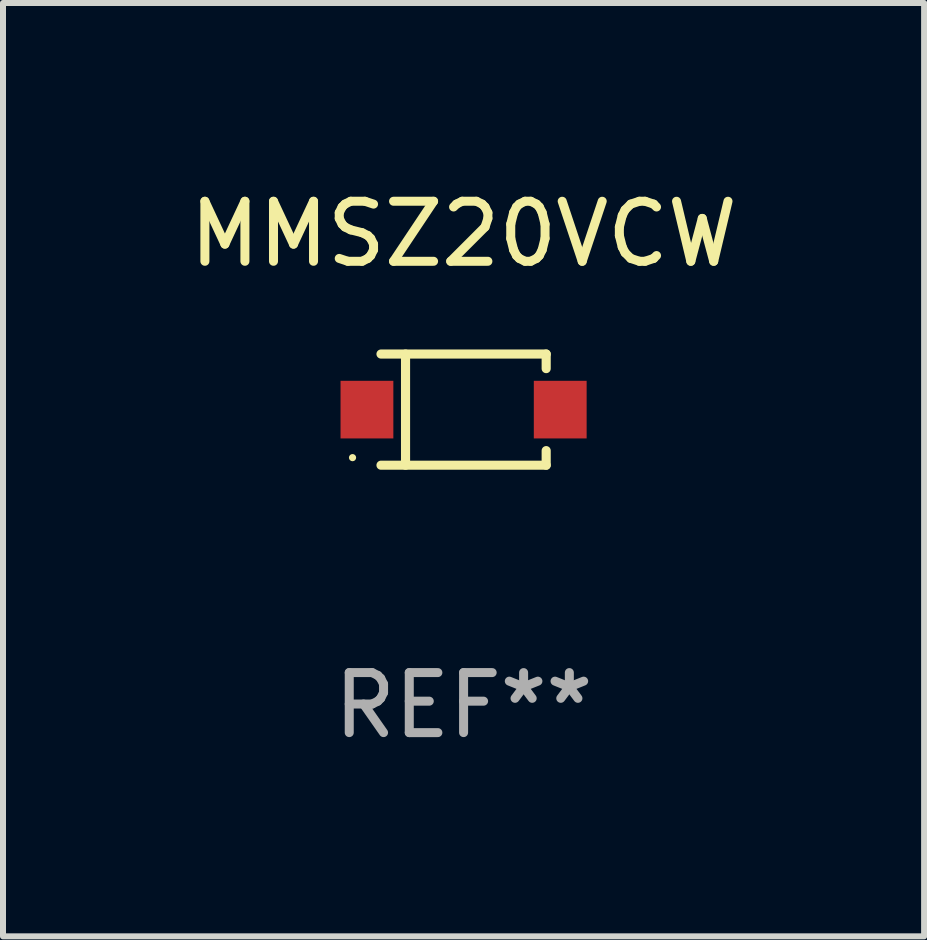
<source format=kicad_pcb>
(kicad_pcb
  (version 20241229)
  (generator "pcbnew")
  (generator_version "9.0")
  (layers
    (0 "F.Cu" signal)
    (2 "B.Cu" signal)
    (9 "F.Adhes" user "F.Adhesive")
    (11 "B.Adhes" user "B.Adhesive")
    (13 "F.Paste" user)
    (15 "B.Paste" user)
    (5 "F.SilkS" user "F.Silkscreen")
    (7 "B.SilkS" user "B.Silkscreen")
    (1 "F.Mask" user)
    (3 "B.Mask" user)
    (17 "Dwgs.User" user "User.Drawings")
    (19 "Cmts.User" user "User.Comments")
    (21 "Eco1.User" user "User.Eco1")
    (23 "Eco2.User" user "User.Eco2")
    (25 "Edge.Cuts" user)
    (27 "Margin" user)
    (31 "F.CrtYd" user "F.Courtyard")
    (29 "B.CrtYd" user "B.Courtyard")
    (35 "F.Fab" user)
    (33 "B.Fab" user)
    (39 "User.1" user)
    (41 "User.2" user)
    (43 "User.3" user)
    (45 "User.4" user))
  (footprint "MMSZ20VCW"
    (layer "F.Cu")
    (at 4.673 3.774)
    (property "Reference" "MMSZ20VCW" (at 0 -2.926 0) (layer "F.SilkS") (effects (font (size 1 1) (thickness 0.15))))
    (attr through_hole)
    (fp_line (start -1.376 -0.926) (end 1.376 -0.926) (stroke (width 0.152) (type solid)) (layer "F.SilkS"))
    (fp_line (start -1.376 0.926) (end 1.376 0.926) (stroke (width 0.152) (type solid)) (layer "F.SilkS"))
    (fp_line (start -0.967 -0.926) (end -0.967 0.926) (stroke (width 0.152) (type solid)) (layer "F.SilkS"))
    (fp_line (start 1.376 -0.926) (end 1.376 -0.683) (stroke (width 0.152) (type solid)) (layer "F.SilkS"))
    (fp_line (start 1.376 0.926) (end 1.376 0.683) (stroke (width 0.152) (type solid)) (layer "F.SilkS"))
    (fp_circle (center -1.85 0.8) (end -1.82 0.8) (stroke (width 0.06) (type solid)) (fill no) (layer "F.SilkS"))
    (fp_text user "REF**" (at 0 4.926 0) (layer "F.Fab") (effects (font (size 1 1) (thickness 0.15))))
    (pad "1" smd rect (at -1.61 0) (size 0.88 0.96) (layers "F.Cu" "F.Mask" "F.Paste"))
    (pad "2" smd rect (at 1.61 0) (size 0.88 0.96) (layers "F.Cu" "F.Mask" "F.Paste")))
  (gr_rect
    (start -3 -3)
    (end 12.345 12.549)
    (stroke (width 0.1) (type default))
    (fill no)
    (layer "Edge.Cuts")))
</source>
